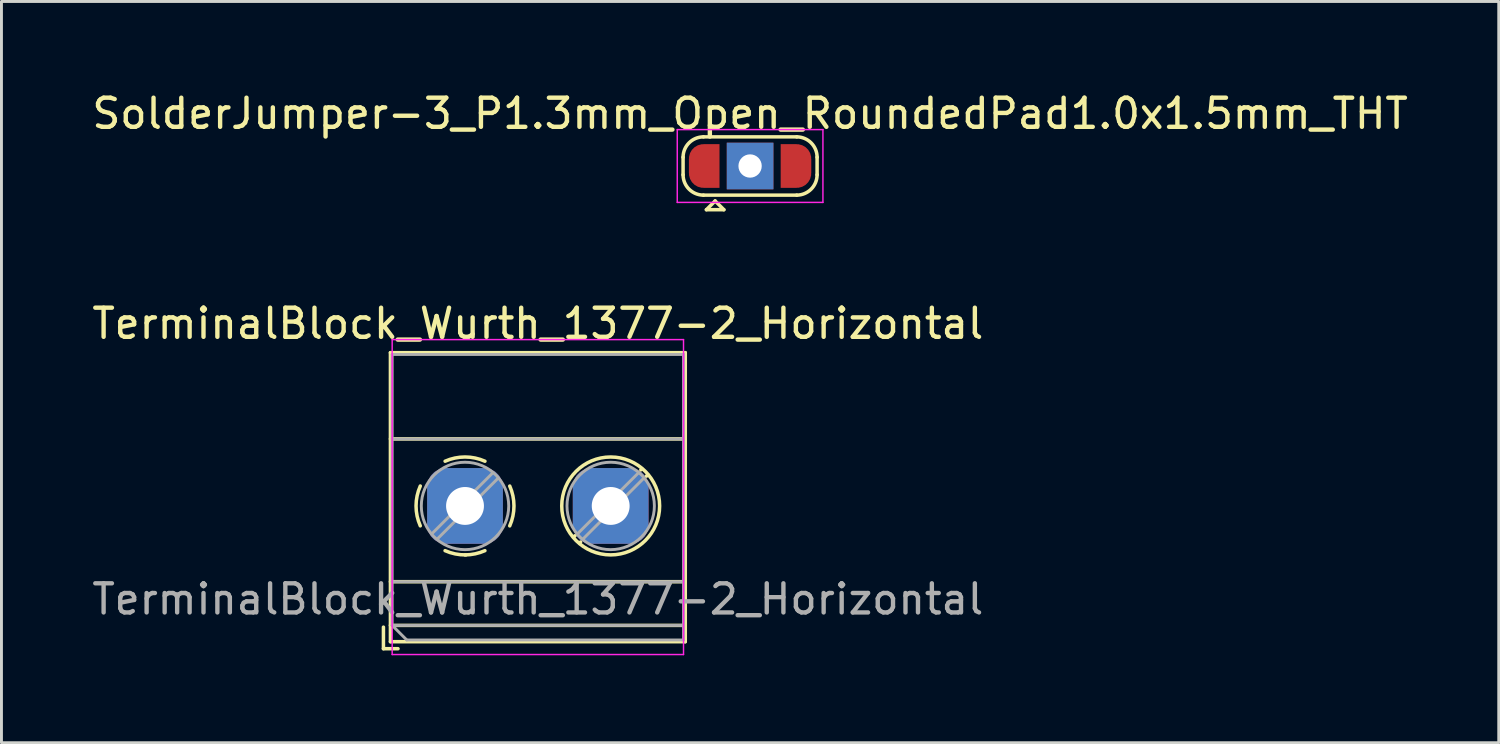
<source format=kicad_pcb>
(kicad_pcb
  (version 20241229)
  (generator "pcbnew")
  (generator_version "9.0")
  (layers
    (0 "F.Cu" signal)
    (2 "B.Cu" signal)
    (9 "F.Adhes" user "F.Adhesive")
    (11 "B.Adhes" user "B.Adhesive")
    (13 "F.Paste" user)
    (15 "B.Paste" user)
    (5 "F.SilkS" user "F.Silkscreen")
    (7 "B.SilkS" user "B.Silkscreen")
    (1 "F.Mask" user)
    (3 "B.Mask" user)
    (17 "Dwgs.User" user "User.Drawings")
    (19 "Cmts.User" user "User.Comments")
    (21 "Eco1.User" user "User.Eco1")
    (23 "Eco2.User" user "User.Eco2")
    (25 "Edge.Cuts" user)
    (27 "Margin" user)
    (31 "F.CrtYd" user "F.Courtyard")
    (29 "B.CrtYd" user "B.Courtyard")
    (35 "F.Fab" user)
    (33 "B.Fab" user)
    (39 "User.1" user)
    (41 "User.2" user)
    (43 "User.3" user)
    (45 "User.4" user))
  (footprint "SolderJumper-3_P1.3mm_Open_RoundedPad1.0x1.5mm_THT"
    (layer "F.Cu")
    (at 22.696 2.648)
    (property "Reference" "SolderJumper-3_P1.3mm_Open_RoundedPad1.0x1.5mm_THT" (at 0 -1.8 0) (layer "F.SilkS") (effects (font (size 1 1) (thickness 0.15))))
    (attr exclude_from_pos_files exclude_from_bom)
    (fp_line (start -2.3 0.3) (end -2.3 -0.3) (stroke (width 0.12) (type solid)) (layer "F.SilkS"))
    (fp_line (start -1.6 -1) (end 1.6 -1) (stroke (width 0.12) (type solid)) (layer "F.SilkS"))
    (fp_line (start -1.5 1.5) (end -0.9 1.5) (stroke (width 0.12) (type solid)) (layer "F.SilkS"))
    (fp_line (start -1.2 1.2) (end -1.5 1.5) (stroke (width 0.12) (type solid)) (layer "F.SilkS"))
    (fp_line (start -1.2 1.2) (end -0.9 1.5) (stroke (width 0.12) (type solid)) (layer "F.SilkS"))
    (fp_line (start 1.6 1) (end -1.6 1) (stroke (width 0.12) (type solid)) (layer "F.SilkS"))
    (fp_line (start 2.3 -0.3) (end 2.3 0.3) (stroke (width 0.12) (type solid)) (layer "F.SilkS"))
    (fp_arc (start -2.3 -0.3) (mid -2.094975 -0.794975) (end -1.6 -1) (stroke (width 0.12) (type solid)) (layer "F.SilkS"))
    (fp_arc (start -1.6 1) (mid -2.094975 0.794975) (end -2.3 0.3) (stroke (width 0.12) (type solid)) (layer "F.SilkS"))
    (fp_arc (start 1.6 -1) (mid 2.094975 -0.794975) (end 2.3 -0.3) (stroke (width 0.12) (type solid)) (layer "F.SilkS"))
    (fp_arc (start 2.3 0.3) (mid 2.094975 0.794975) (end 1.6 1) (stroke (width 0.12) (type solid)) (layer "F.SilkS"))
    (fp_line (start -2.5 -1.25) (end -2.5 1.25) (stroke (width 0.05) (type solid)) (layer "F.CrtYd"))
    (fp_line (start -2.5 -1.25) (end 2.5 -1.25) (stroke (width 0.05) (type solid)) (layer "F.CrtYd"))
    (fp_line (start 2.5 1.25) (end -2.5 1.25) (stroke (width 0.05) (type solid)) (layer "F.CrtYd"))
    (fp_line (start 2.5 1.25) (end 2.5 -1.25) (stroke (width 0.05) (type solid)) (layer "F.CrtYd"))
    (pad "1" smd custom (at -1.6 0) (size 1 0.5) (layers "F.Cu" "F.Mask") (options (anchor rect)) (primitives (gr_circle (center 0 0.25) (end 0.5 0.25) (width 0) (fill yes)) (gr_circle (center 0 -0.25) (end 0.5 -0.25) (width 0) (fill yes)) (gr_poly (pts (xy 0.55 -0.75) (xy 0 -0.75) (xy 0 0.75) (xy 0.55 0.75)) (width 0) (fill yes))))
    (pad "2" thru_hole rect (at 0 0) (size 1.6 1.6) (drill 0.8) (layers "*.Cu" "*.Mask"))
    (pad "3" smd custom (at 1.6 0) (size 1 0.5) (layers "F.Cu" "F.Mask") (options (anchor rect)) (primitives (gr_circle (center 0 0.25) (end 0.5 0.25) (width 0) (fill yes)) (gr_circle (center 0 -0.25) (end 0.5 -0.25) (width 0) (fill yes)) (gr_poly (pts (xy -0.55 -0.75) (xy 0 -0.75) (xy 0 0.75) (xy -0.55 0.75)) (width 0) (fill yes)))))
  (footprint "TerminalBlock_Wurth_1377-2_Horizontal"
    (layer "F.Cu")
    (at 12.911 14.316)
    (property "Reference" "TerminalBlock_Wurth_1377-2_Horizontal" (at 2.5 -6.26 180) (layer "F.SilkS") (effects (font (size 1 1) (thickness 0.15))))
    (attr through_hole)
    (fp_line (start -2.8 4.16) (end -2.8 4.9) (stroke (width 0.12) (type solid)) (layer "F.SilkS"))
    (fp_line (start -2.8 4.9) (end -2.3 4.9) (stroke (width 0.12) (type solid)) (layer "F.SilkS"))
    (fp_line (start -2.56 -5.261) (end -2.56 4.66) (stroke (width 0.12) (type solid)) (layer "F.SilkS"))
    (fp_line (start -2.56 -5.261) (end 7.56 -5.261) (stroke (width 0.12) (type solid)) (layer "F.SilkS"))
    (fp_line (start -2.56 -2.301) (end 7.56 -2.301) (stroke (width 0.12) (type solid)) (layer "F.SilkS"))
    (fp_line (start -2.56 2.6) (end 7.56 2.6) (stroke (width 0.12) (type solid)) (layer "F.SilkS"))
    (fp_line (start -2.56 4.1) (end 7.56 4.1) (stroke (width 0.12) (type solid)) (layer "F.SilkS"))
    (fp_line (start -2.56 4.66) (end 7.56 4.66) (stroke (width 0.12) (type solid)) (layer "F.SilkS"))
    (fp_line (start 3.773 1.023) (end 3.726 1.069) (stroke (width 0.12) (type solid)) (layer "F.SilkS"))
    (fp_line (start 3.966 1.239) (end 3.931 1.274) (stroke (width 0.12) (type solid)) (layer "F.SilkS"))
    (fp_line (start 6.07 -1.275) (end 6.035 -1.239) (stroke (width 0.12) (type solid)) (layer "F.SilkS"))
    (fp_line (start 6.275 -1.069) (end 6.228 -1.023) (stroke (width 0.12) (type solid)) (layer "F.SilkS"))
    (fp_line (start 7.56 -5.261) (end 7.56 4.66) (stroke (width 0.12) (type solid)) (layer "F.SilkS"))
    (fp_arc (start -1.535427 0.683042) (mid -1.680501 -0.000524) (end -1.535 -0.684) (stroke (width 0.12) (type solid)) (layer "F.SilkS"))
    (fp_arc (start -0.683042 -1.535427) (mid 0.000524 -1.680501) (end 0.684 -1.535) (stroke (width 0.12) (type solid)) (layer "F.SilkS"))
    (fp_arc (start 0.028805 1.680253) (mid -0.335551 1.646659) (end -0.684 1.535) (stroke (width 0.12) (type solid)) (layer "F.SilkS"))
    (fp_arc (start 0.683318 1.534756) (mid 0.349292 1.643288) (end 0 1.68) (stroke (width 0.12) (type solid)) (layer "F.SilkS"))
    (fp_arc (start 1.535427 -0.683042) (mid 1.680501 0.000524) (end 1.535 0.684) (stroke (width 0.12) (type solid)) (layer "F.SilkS"))
    (fp_circle (center 5 0) (end 6.68 0) (stroke (width 0.12) (type solid)) (fill no) (layer "F.SilkS"))
    (fp_line (start -2.5 -5.71) (end -2.5 5.1) (stroke (width 0.05) (type solid)) (layer "F.CrtYd"))
    (fp_line (start -2.5 5.1) (end 7.5 5.1) (stroke (width 0.05) (type solid)) (layer "F.CrtYd"))
    (fp_line (start 7.5 -5.71) (end -2.5 -5.71) (stroke (width 0.05) (type solid)) (layer "F.CrtYd"))
    (fp_line (start 7.5 5.1) (end 7.5 -5.71) (stroke (width 0.05) (type solid)) (layer "F.CrtYd"))
    (fp_line (start -2.5 -5.2) (end 7.5 -5.2) (stroke (width 0.1) (type solid)) (layer "F.Fab"))
    (fp_line (start -2.5 -2.3) (end 7.5 -2.3) (stroke (width 0.1) (type solid)) (layer "F.Fab"))
    (fp_line (start -2.5 2.6) (end 7.5 2.6) (stroke (width 0.1) (type solid)) (layer "F.Fab"))
    (fp_line (start -2.5 4.1) (end -2.5 -5.2) (stroke (width 0.1) (type solid)) (layer "F.Fab"))
    (fp_line (start -2.5 4.1) (end 7.5 4.1) (stroke (width 0.1) (type solid)) (layer "F.Fab"))
    (fp_line (start -2 4.6) (end -2.5 4.1) (stroke (width 0.1) (type solid)) (layer "F.Fab"))
    (fp_line (start 0.955 -1.138) (end -1.138 0.955) (stroke (width 0.1) (type solid)) (layer "F.Fab"))
    (fp_line (start 1.138 -0.955) (end -0.955 1.138) (stroke (width 0.1) (type solid)) (layer "F.Fab"))
    (fp_line (start 5.955 -1.138) (end 3.863 0.955) (stroke (width 0.1) (type solid)) (layer "F.Fab"))
    (fp_line (start 6.138 -0.955) (end 4.046 1.138) (stroke (width 0.1) (type solid)) (layer "F.Fab"))
    (fp_line (start 7.5 -5.2) (end 7.5 4.6) (stroke (width 0.1) (type solid)) (layer "F.Fab"))
    (fp_line (start 7.5 4.6) (end -2 4.6) (stroke (width 0.1) (type solid)) (layer "F.Fab"))
    (fp_circle (center 0 0) (end 1.5 0) (stroke (width 0.1) (type solid)) (fill no) (layer "F.Fab"))
    (fp_circle (center 5 0) (end 6.5 0) (stroke (width 0.1) (type solid)) (fill no) (layer "F.Fab"))
    (fp_text user "${REFERENCE}" (at 2.5 3.2 180) (layer "F.Fab") (effects (font (size 1 1) (thickness 0.15))))
    (pad "1" thru_hole roundrect (at 0 0) (size 2.6 2.6) (drill 1.3) (layers "*.Cu" "*.Mask") (roundrect_rratio 0.25))
    (pad "2" thru_hole roundrect (at 5 0) (size 2.6 2.6) (drill 1.3) (layers "*.Cu" "*.Mask") (roundrect_rratio 0.25)))
  (gr_rect
    (start -3 -3)
    (end 48.393 22.442)
    (stroke (width 0.1) (type default))
    (fill no)
    (layer "Edge.Cuts")))
</source>
